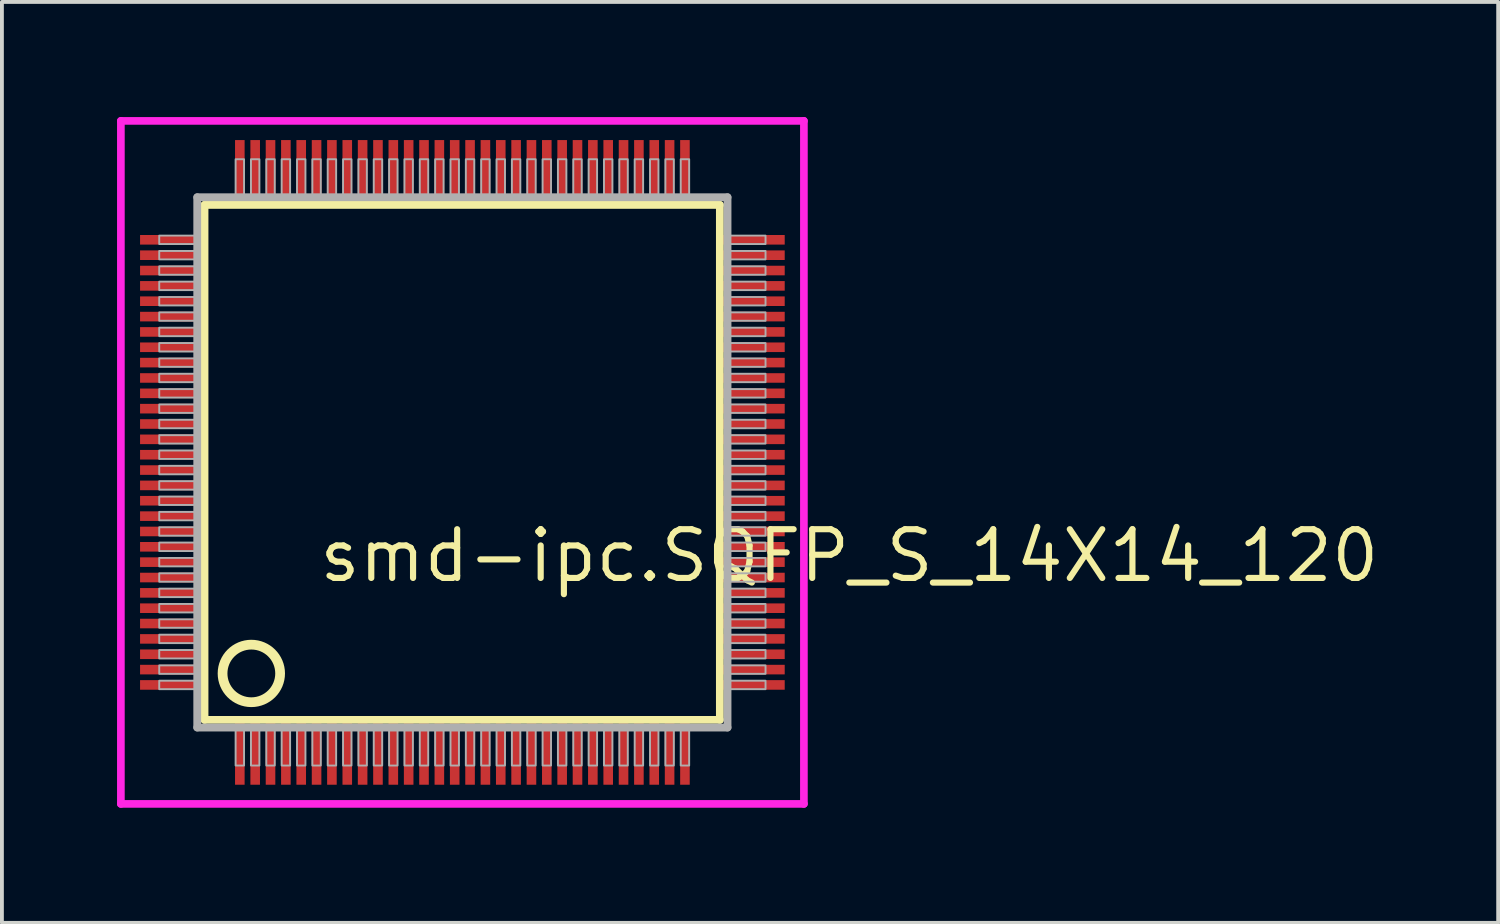
<source format=kicad_pcb>
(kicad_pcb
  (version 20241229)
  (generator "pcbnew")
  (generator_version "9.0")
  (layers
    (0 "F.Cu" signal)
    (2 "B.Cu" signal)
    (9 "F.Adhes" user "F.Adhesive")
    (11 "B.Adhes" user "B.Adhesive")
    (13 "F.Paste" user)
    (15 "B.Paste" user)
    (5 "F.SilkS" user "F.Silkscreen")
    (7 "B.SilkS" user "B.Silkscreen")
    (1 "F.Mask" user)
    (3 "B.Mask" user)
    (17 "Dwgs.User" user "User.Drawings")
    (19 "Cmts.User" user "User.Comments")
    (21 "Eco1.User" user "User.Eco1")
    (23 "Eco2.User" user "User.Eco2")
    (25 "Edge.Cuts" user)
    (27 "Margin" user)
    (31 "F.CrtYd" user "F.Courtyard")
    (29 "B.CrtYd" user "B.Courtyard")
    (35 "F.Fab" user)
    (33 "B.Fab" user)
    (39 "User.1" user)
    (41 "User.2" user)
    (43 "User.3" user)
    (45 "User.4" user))
  (footprint "smd-ipc.SQFP_S_14X14_120"
    (layer "F.Cu")
    (at 9 9)
    (property "Reference" "smd-ipc.SQFP_S_14X14_120" (at -3.81 3.175 0) (layer "F.SilkS") (effects (font (size 1.27 1.27) (thickness 0.16)) (justify left bottom)))
    (attr smd)
    (fp_line (start -6.72 -6.71) (end 6.71 -6.71) (stroke (width 0.203) (type default)) (layer "F.SilkS"))
    (fp_line (start -6.72 6.71) (end -6.72 -6.71) (stroke (width 0.203) (type default)) (layer "F.SilkS"))
    (fp_line (start 6.71 -6.71) (end 6.71 6.71) (stroke (width 0.203) (type default)) (layer "F.SilkS"))
    (fp_line (start 6.71 6.71) (end -6.72 6.71) (stroke (width 0.203) (type default)) (layer "F.SilkS"))
    (fp_circle (center -5.5 5.5) (end -4.75 5.5) (stroke (width 0.254) (type default)) (fill no) (layer "F.SilkS"))
    (fp_line (start -8.9 -8.9) (end 8.9 -8.9) (stroke (width 0.2) (type default)) (layer "F.CrtYd"))
    (fp_line (start -8.9 8.9) (end -8.9 -8.9) (stroke (width 0.2) (type default)) (layer "F.CrtYd"))
    (fp_line (start 8.9 -8.9) (end 8.9 8.9) (stroke (width 0.2) (type default)) (layer "F.CrtYd"))
    (fp_line (start 8.9 8.9) (end -8.9 8.9) (stroke (width 0.2) (type default)) (layer "F.CrtYd"))
    (fp_line (start -6.91 -6.91) (end -6.91 6.91) (stroke (width 0.203) (type default)) (layer "F.Fab"))
    (fp_line (start -6.91 6.91) (end 6.91 6.91) (stroke (width 0.203) (type default)) (layer "F.Fab"))
    (fp_line (start 6.91 -6.91) (end -6.91 -6.91) (stroke (width 0.203) (type default)) (layer "F.Fab"))
    (fp_line (start 6.91 6.91) (end 6.91 -6.91) (stroke (width 0.203) (type default)) (layer "F.Fab"))
    (fp_rect (start -7.9 -5.69) (end -6.95 -5.91) (stroke (width 0.05) (type default)) (fill no) (layer "F.Fab"))
    (fp_rect (start -7.9 -5.29) (end -6.95 -5.51) (stroke (width 0.05) (type default)) (fill no) (layer "F.Fab"))
    (fp_rect (start -7.9 -4.89) (end -6.95 -5.11) (stroke (width 0.05) (type default)) (fill no) (layer "F.Fab"))
    (fp_rect (start -7.9 -4.49) (end -6.95 -4.71) (stroke (width 0.05) (type default)) (fill no) (layer "F.Fab"))
    (fp_rect (start -7.9 -4.09) (end -6.95 -4.31) (stroke (width 0.05) (type default)) (fill no) (layer "F.Fab"))
    (fp_rect (start -7.9 -3.69) (end -6.95 -3.91) (stroke (width 0.05) (type default)) (fill no) (layer "F.Fab"))
    (fp_rect (start -7.9 -3.29) (end -6.95 -3.51) (stroke (width 0.05) (type default)) (fill no) (layer "F.Fab"))
    (fp_rect (start -7.9 -2.89) (end -6.95 -3.11) (stroke (width 0.05) (type default)) (fill no) (layer "F.Fab"))
    (fp_rect (start -7.9 -2.49) (end -6.95 -2.71) (stroke (width 0.05) (type default)) (fill no) (layer "F.Fab"))
    (fp_rect (start -7.9 -2.09) (end -6.95 -2.31) (stroke (width 0.05) (type default)) (fill no) (layer "F.Fab"))
    (fp_rect (start -7.9 -1.69) (end -6.95 -1.91) (stroke (width 0.05) (type default)) (fill no) (layer "F.Fab"))
    (fp_rect (start -7.9 -1.29) (end -6.95 -1.51) (stroke (width 0.05) (type default)) (fill no) (layer "F.Fab"))
    (fp_rect (start -7.9 -0.89) (end -6.95 -1.11) (stroke (width 0.05) (type default)) (fill no) (layer "F.Fab"))
    (fp_rect (start -7.9 -0.49) (end -6.95 -0.71) (stroke (width 0.05) (type default)) (fill no) (layer "F.Fab"))
    (fp_rect (start -7.9 -0.09) (end -6.95 -0.31) (stroke (width 0.05) (type default)) (fill no) (layer "F.Fab"))
    (fp_rect (start -7.9 0.31) (end -6.95 0.09) (stroke (width 0.05) (type default)) (fill no) (layer "F.Fab"))
    (fp_rect (start -7.9 0.71) (end -6.95 0.49) (stroke (width 0.05) (type default)) (fill no) (layer "F.Fab"))
    (fp_rect (start -7.9 1.11) (end -6.95 0.89) (stroke (width 0.05) (type default)) (fill no) (layer "F.Fab"))
    (fp_rect (start -7.9 1.51) (end -6.95 1.29) (stroke (width 0.05) (type default)) (fill no) (layer "F.Fab"))
    (fp_rect (start -7.9 1.91) (end -6.95 1.69) (stroke (width 0.05) (type default)) (fill no) (layer "F.Fab"))
    (fp_rect (start -7.9 2.31) (end -6.95 2.09) (stroke (width 0.05) (type default)) (fill no) (layer "F.Fab"))
    (fp_rect (start -7.9 2.71) (end -6.95 2.49) (stroke (width 0.05) (type default)) (fill no) (layer "F.Fab"))
    (fp_rect (start -7.9 3.11) (end -6.95 2.89) (stroke (width 0.05) (type default)) (fill no) (layer "F.Fab"))
    (fp_rect (start -7.9 3.51) (end -6.95 3.29) (stroke (width 0.05) (type default)) (fill no) (layer "F.Fab"))
    (fp_rect (start -7.9 3.91) (end -6.95 3.69) (stroke (width 0.05) (type default)) (fill no) (layer "F.Fab"))
    (fp_rect (start -7.9 4.31) (end -6.95 4.09) (stroke (width 0.05) (type default)) (fill no) (layer "F.Fab"))
    (fp_rect (start -7.9 4.71) (end -6.95 4.49) (stroke (width 0.05) (type default)) (fill no) (layer "F.Fab"))
    (fp_rect (start -7.9 5.11) (end -6.95 4.89) (stroke (width 0.05) (type default)) (fill no) (layer "F.Fab"))
    (fp_rect (start -7.9 5.51) (end -6.95 5.29) (stroke (width 0.05) (type default)) (fill no) (layer "F.Fab"))
    (fp_rect (start -7.9 5.91) (end -6.95 5.69) (stroke (width 0.05) (type default)) (fill no) (layer "F.Fab"))
    (fp_rect (start -5.91 -6.95) (end -5.69 -7.9) (stroke (width 0.05) (type default)) (fill no) (layer "F.Fab"))
    (fp_rect (start -5.91 7.9) (end -5.69 6.95) (stroke (width 0.05) (type default)) (fill no) (layer "F.Fab"))
    (fp_rect (start -5.51 -6.95) (end -5.29 -7.9) (stroke (width 0.05) (type default)) (fill no) (layer "F.Fab"))
    (fp_rect (start -5.51 7.9) (end -5.29 6.95) (stroke (width 0.05) (type default)) (fill no) (layer "F.Fab"))
    (fp_rect (start -5.11 -6.95) (end -4.89 -7.9) (stroke (width 0.05) (type default)) (fill no) (layer "F.Fab"))
    (fp_rect (start -5.11 7.9) (end -4.89 6.95) (stroke (width 0.05) (type default)) (fill no) (layer "F.Fab"))
    (fp_rect (start -4.71 -6.95) (end -4.49 -7.9) (stroke (width 0.05) (type default)) (fill no) (layer "F.Fab"))
    (fp_rect (start -4.71 7.9) (end -4.49 6.95) (stroke (width 0.05) (type default)) (fill no) (layer "F.Fab"))
    (fp_rect (start -4.31 -6.95) (end -4.09 -7.9) (stroke (width 0.05) (type default)) (fill no) (layer "F.Fab"))
    (fp_rect (start -4.31 7.9) (end -4.09 6.95) (stroke (width 0.05) (type default)) (fill no) (layer "F.Fab"))
    (fp_rect (start -3.91 -6.95) (end -3.69 -7.9) (stroke (width 0.05) (type default)) (fill no) (layer "F.Fab"))
    (fp_rect (start -3.91 7.9) (end -3.69 6.95) (stroke (width 0.05) (type default)) (fill no) (layer "F.Fab"))
    (fp_rect (start -3.51 -6.95) (end -3.29 -7.9) (stroke (width 0.05) (type default)) (fill no) (layer "F.Fab"))
    (fp_rect (start -3.51 7.9) (end -3.29 6.95) (stroke (width 0.05) (type default)) (fill no) (layer "F.Fab"))
    (fp_rect (start -3.11 -6.95) (end -2.89 -7.9) (stroke (width 0.05) (type default)) (fill no) (layer "F.Fab"))
    (fp_rect (start -3.11 7.9) (end -2.89 6.95) (stroke (width 0.05) (type default)) (fill no) (layer "F.Fab"))
    (fp_rect (start -2.71 -6.95) (end -2.49 -7.9) (stroke (width 0.05) (type default)) (fill no) (layer "F.Fab"))
    (fp_rect (start -2.71 7.9) (end -2.49 6.95) (stroke (width 0.05) (type default)) (fill no) (layer "F.Fab"))
    (fp_rect (start -2.31 -6.95) (end -2.09 -7.9) (stroke (width 0.05) (type default)) (fill no) (layer "F.Fab"))
    (fp_rect (start -2.31 7.9) (end -2.09 6.95) (stroke (width 0.05) (type default)) (fill no) (layer "F.Fab"))
    (fp_rect (start -1.91 -6.95) (end -1.69 -7.9) (stroke (width 0.05) (type default)) (fill no) (layer "F.Fab"))
    (fp_rect (start -1.91 7.9) (end -1.69 6.95) (stroke (width 0.05) (type default)) (fill no) (layer "F.Fab"))
    (fp_rect (start -1.51 -6.95) (end -1.29 -7.9) (stroke (width 0.05) (type default)) (fill no) (layer "F.Fab"))
    (fp_rect (start -1.51 7.9) (end -1.29 6.95) (stroke (width 0.05) (type default)) (fill no) (layer "F.Fab"))
    (fp_rect (start -1.11 -6.95) (end -0.89 -7.9) (stroke (width 0.05) (type default)) (fill no) (layer "F.Fab"))
    (fp_rect (start -1.11 7.9) (end -0.89 6.95) (stroke (width 0.05) (type default)) (fill no) (layer "F.Fab"))
    (fp_rect (start -0.71 -6.95) (end -0.49 -7.9) (stroke (width 0.05) (type default)) (fill no) (layer "F.Fab"))
    (fp_rect (start -0.71 7.9) (end -0.49 6.95) (stroke (width 0.05) (type default)) (fill no) (layer "F.Fab"))
    (fp_rect (start -0.31 -6.95) (end -0.09 -7.9) (stroke (width 0.05) (type default)) (fill no) (layer "F.Fab"))
    (fp_rect (start -0.31 7.9) (end -0.09 6.95) (stroke (width 0.05) (type default)) (fill no) (layer "F.Fab"))
    (fp_rect (start 0.09 -6.95) (end 0.31 -7.9) (stroke (width 0.05) (type default)) (fill no) (layer "F.Fab"))
    (fp_rect (start 0.09 7.9) (end 0.31 6.95) (stroke (width 0.05) (type default)) (fill no) (layer "F.Fab"))
    (fp_rect (start 0.49 -6.95) (end 0.71 -7.9) (stroke (width 0.05) (type default)) (fill no) (layer "F.Fab"))
    (fp_rect (start 0.49 7.9) (end 0.71 6.95) (stroke (width 0.05) (type default)) (fill no) (layer "F.Fab"))
    (fp_rect (start 0.89 -6.95) (end 1.11 -7.9) (stroke (width 0.05) (type default)) (fill no) (layer "F.Fab"))
    (fp_rect (start 0.89 7.9) (end 1.11 6.95) (stroke (width 0.05) (type default)) (fill no) (layer "F.Fab"))
    (fp_rect (start 1.29 -6.95) (end 1.51 -7.9) (stroke (width 0.05) (type default)) (fill no) (layer "F.Fab"))
    (fp_rect (start 1.29 7.9) (end 1.51 6.95) (stroke (width 0.05) (type default)) (fill no) (layer "F.Fab"))
    (fp_rect (start 1.69 -6.95) (end 1.91 -7.9) (stroke (width 0.05) (type default)) (fill no) (layer "F.Fab"))
    (fp_rect (start 1.69 7.9) (end 1.91 6.95) (stroke (width 0.05) (type default)) (fill no) (layer "F.Fab"))
    (fp_rect (start 2.09 -6.95) (end 2.31 -7.9) (stroke (width 0.05) (type default)) (fill no) (layer "F.Fab"))
    (fp_rect (start 2.09 7.9) (end 2.31 6.95) (stroke (width 0.05) (type default)) (fill no) (layer "F.Fab"))
    (fp_rect (start 2.49 -6.95) (end 2.71 -7.9) (stroke (width 0.05) (type default)) (fill no) (layer "F.Fab"))
    (fp_rect (start 2.49 7.9) (end 2.71 6.95) (stroke (width 0.05) (type default)) (fill no) (layer "F.Fab"))
    (fp_rect (start 2.89 -6.95) (end 3.11 -7.9) (stroke (width 0.05) (type default)) (fill no) (layer "F.Fab"))
    (fp_rect (start 2.89 7.9) (end 3.11 6.95) (stroke (width 0.05) (type default)) (fill no) (layer "F.Fab"))
    (fp_rect (start 3.29 -6.95) (end 3.51 -7.9) (stroke (width 0.05) (type default)) (fill no) (layer "F.Fab"))
    (fp_rect (start 3.29 7.9) (end 3.51 6.95) (stroke (width 0.05) (type default)) (fill no) (layer "F.Fab"))
    (fp_rect (start 3.69 -6.95) (end 3.91 -7.9) (stroke (width 0.05) (type default)) (fill no) (layer "F.Fab"))
    (fp_rect (start 3.69 7.9) (end 3.91 6.95) (stroke (width 0.05) (type default)) (fill no) (layer "F.Fab"))
    (fp_rect (start 4.09 -6.95) (end 4.31 -7.9) (stroke (width 0.05) (type default)) (fill no) (layer "F.Fab"))
    (fp_rect (start 4.09 7.9) (end 4.31 6.95) (stroke (width 0.05) (type default)) (fill no) (layer "F.Fab"))
    (fp_rect (start 4.49 -6.95) (end 4.71 -7.9) (stroke (width 0.05) (type default)) (fill no) (layer "F.Fab"))
    (fp_rect (start 4.49 7.9) (end 4.71 6.95) (stroke (width 0.05) (type default)) (fill no) (layer "F.Fab"))
    (fp_rect (start 4.89 -6.95) (end 5.11 -7.9) (stroke (width 0.05) (type default)) (fill no) (layer "F.Fab"))
    (fp_rect (start 4.89 7.9) (end 5.11 6.95) (stroke (width 0.05) (type default)) (fill no) (layer "F.Fab"))
    (fp_rect (start 5.29 -6.95) (end 5.51 -7.9) (stroke (width 0.05) (type default)) (fill no) (layer "F.Fab"))
    (fp_rect (start 5.29 7.9) (end 5.51 6.95) (stroke (width 0.05) (type default)) (fill no) (layer "F.Fab"))
    (fp_rect (start 5.69 -6.95) (end 5.91 -7.9) (stroke (width 0.05) (type default)) (fill no) (layer "F.Fab"))
    (fp_rect (start 5.69 7.9) (end 5.91 6.95) (stroke (width 0.05) (type default)) (fill no) (layer "F.Fab"))
    (fp_rect (start 6.95 -5.69) (end 7.9 -5.91) (stroke (width 0.05) (type default)) (fill no) (layer "F.Fab"))
    (fp_rect (start 6.95 -5.29) (end 7.9 -5.51) (stroke (width 0.05) (type default)) (fill no) (layer "F.Fab"))
    (fp_rect (start 6.95 -4.89) (end 7.9 -5.11) (stroke (width 0.05) (type default)) (fill no) (layer "F.Fab"))
    (fp_rect (start 6.95 -4.49) (end 7.9 -4.71) (stroke (width 0.05) (type default)) (fill no) (layer "F.Fab"))
    (fp_rect (start 6.95 -4.09) (end 7.9 -4.31) (stroke (width 0.05) (type default)) (fill no) (layer "F.Fab"))
    (fp_rect (start 6.95 -3.69) (end 7.9 -3.91) (stroke (width 0.05) (type default)) (fill no) (layer "F.Fab"))
    (fp_rect (start 6.95 -3.29) (end 7.9 -3.51) (stroke (width 0.05) (type default)) (fill no) (layer "F.Fab"))
    (fp_rect (start 6.95 -2.89) (end 7.9 -3.11) (stroke (width 0.05) (type default)) (fill no) (layer "F.Fab"))
    (fp_rect (start 6.95 -2.49) (end 7.9 -2.71) (stroke (width 0.05) (type default)) (fill no) (layer "F.Fab"))
    (fp_rect (start 6.95 -2.09) (end 7.9 -2.31) (stroke (width 0.05) (type default)) (fill no) (layer "F.Fab"))
    (fp_rect (start 6.95 -1.69) (end 7.9 -1.91) (stroke (width 0.05) (type default)) (fill no) (layer "F.Fab"))
    (fp_rect (start 6.95 -1.29) (end 7.9 -1.51) (stroke (width 0.05) (type default)) (fill no) (layer "F.Fab"))
    (fp_rect (start 6.95 -0.89) (end 7.9 -1.11) (stroke (width 0.05) (type default)) (fill no) (layer "F.Fab"))
    (fp_rect (start 6.95 -0.49) (end 7.9 -0.71) (stroke (width 0.05) (type default)) (fill no) (layer "F.Fab"))
    (fp_rect (start 6.95 -0.09) (end 7.9 -0.31) (stroke (width 0.05) (type default)) (fill no) (layer "F.Fab"))
    (fp_rect (start 6.95 0.31) (end 7.9 0.09) (stroke (width 0.05) (type default)) (fill no) (layer "F.Fab"))
    (fp_rect (start 6.95 0.71) (end 7.9 0.49) (stroke (width 0.05) (type default)) (fill no) (layer "F.Fab"))
    (fp_rect (start 6.95 1.11) (end 7.9 0.89) (stroke (width 0.05) (type default)) (fill no) (layer "F.Fab"))
    (fp_rect (start 6.95 1.51) (end 7.9 1.29) (stroke (width 0.05) (type default)) (fill no) (layer "F.Fab"))
    (fp_rect (start 6.95 1.91) (end 7.9 1.69) (stroke (width 0.05) (type default)) (fill no) (layer "F.Fab"))
    (fp_rect (start 6.95 2.31) (end 7.9 2.09) (stroke (width 0.05) (type default)) (fill no) (layer "F.Fab"))
    (fp_rect (start 6.95 2.71) (end 7.9 2.49) (stroke (width 0.05) (type default)) (fill no) (layer "F.Fab"))
    (fp_rect (start 6.95 3.11) (end 7.9 2.89) (stroke (width 0.05) (type default)) (fill no) (layer "F.Fab"))
    (fp_rect (start 6.95 3.51) (end 7.9 3.29) (stroke (width 0.05) (type default)) (fill no) (layer "F.Fab"))
    (fp_rect (start 6.95 3.91) (end 7.9 3.69) (stroke (width 0.05) (type default)) (fill no) (layer "F.Fab"))
    (fp_rect (start 6.95 4.31) (end 7.9 4.09) (stroke (width 0.05) (type default)) (fill no) (layer "F.Fab"))
    (fp_rect (start 6.95 4.71) (end 7.9 4.49) (stroke (width 0.05) (type default)) (fill no) (layer "F.Fab"))
    (fp_rect (start 6.95 5.11) (end 7.9 4.89) (stroke (width 0.05) (type default)) (fill no) (layer "F.Fab"))
    (fp_rect (start 6.95 5.51) (end 7.9 5.29) (stroke (width 0.05) (type default)) (fill no) (layer "F.Fab"))
    (fp_rect (start 6.95 5.91) (end 7.9 5.69) (stroke (width 0.05) (type default)) (fill no) (layer "F.Fab"))
    (pad "1" smd roundrect (at -5.8 7.6) (size 0.25 1.6) (layers "F.Cu" "F.Mask" "F.Paste") (roundrect_rratio 0.01))
    (pad "2" smd roundrect (at -5.4 7.6) (size 0.25 1.6) (layers "F.Cu" "F.Mask" "F.Paste") (roundrect_rratio 0.01))
    (pad "3" smd roundrect (at -5 7.6) (size 0.25 1.6) (layers "F.Cu" "F.Mask" "F.Paste") (roundrect_rratio 0.01))
    (pad "4" smd roundrect (at -4.6 7.6) (size 0.25 1.6) (layers "F.Cu" "F.Mask" "F.Paste") (roundrect_rratio 0.01))
    (pad "5" smd roundrect (at -4.2 7.6) (size 0.25 1.6) (layers "F.Cu" "F.Mask" "F.Paste") (roundrect_rratio 0.01))
    (pad "6" smd roundrect (at -3.8 7.6) (size 0.25 1.6) (layers "F.Cu" "F.Mask" "F.Paste") (roundrect_rratio 0.01))
    (pad "7" smd roundrect (at -3.4 7.6) (size 0.25 1.6) (layers "F.Cu" "F.Mask" "F.Paste") (roundrect_rratio 0.01))
    (pad "8" smd roundrect (at -3 7.6) (size 0.25 1.6) (layers "F.Cu" "F.Mask" "F.Paste") (roundrect_rratio 0.01))
    (pad "9" smd roundrect (at -2.6 7.6) (size 0.25 1.6) (layers "F.Cu" "F.Mask" "F.Paste") (roundrect_rratio 0.01))
    (pad "10" smd roundrect (at -2.2 7.6) (size 0.25 1.6) (layers "F.Cu" "F.Mask" "F.Paste") (roundrect_rratio 0.01))
    (pad "11" smd roundrect (at -1.8 7.6) (size 0.25 1.6) (layers "F.Cu" "F.Mask" "F.Paste") (roundrect_rratio 0.01))
    (pad "12" smd roundrect (at -1.4 7.6) (size 0.25 1.6) (layers "F.Cu" "F.Mask" "F.Paste") (roundrect_rratio 0.01))
    (pad "13" smd roundrect (at -1 7.6) (size 0.25 1.6) (layers "F.Cu" "F.Mask" "F.Paste") (roundrect_rratio 0.01))
    (pad "14" smd roundrect (at -0.6 7.6) (size 0.25 1.6) (layers "F.Cu" "F.Mask" "F.Paste") (roundrect_rratio 0.01))
    (pad "15" smd roundrect (at -0.2 7.6) (size 0.25 1.6) (layers "F.Cu" "F.Mask" "F.Paste") (roundrect_rratio 0.01))
    (pad "16" smd roundrect (at 0.2 7.6) (size 0.25 1.6) (layers "F.Cu" "F.Mask" "F.Paste") (roundrect_rratio 0.01))
    (pad "17" smd roundrect (at 0.6 7.6) (size 0.25 1.6) (layers "F.Cu" "F.Mask" "F.Paste") (roundrect_rratio 0.01))
    (pad "18" smd roundrect (at 1 7.6) (size 0.25 1.6) (layers "F.Cu" "F.Mask" "F.Paste") (roundrect_rratio 0.01))
    (pad "19" smd roundrect (at 1.4 7.6) (size 0.25 1.6) (layers "F.Cu" "F.Mask" "F.Paste") (roundrect_rratio 0.01))
    (pad "20" smd roundrect (at 1.8 7.6) (size 0.25 1.6) (layers "F.Cu" "F.Mask" "F.Paste") (roundrect_rratio 0.01))
    (pad "21" smd roundrect (at 2.2 7.6) (size 0.25 1.6) (layers "F.Cu" "F.Mask" "F.Paste") (roundrect_rratio 0.01))
    (pad "22" smd roundrect (at 2.6 7.6) (size 0.25 1.6) (layers "F.Cu" "F.Mask" "F.Paste") (roundrect_rratio 0.01))
    (pad "23" smd roundrect (at 3 7.6) (size 0.25 1.6) (layers "F.Cu" "F.Mask" "F.Paste") (roundrect_rratio 0.01))
    (pad "24" smd roundrect (at 3.4 7.6) (size 0.25 1.6) (layers "F.Cu" "F.Mask" "F.Paste") (roundrect_rratio 0.01))
    (pad "25" smd roundrect (at 3.8 7.6) (size 0.25 1.6) (layers "F.Cu" "F.Mask" "F.Paste") (roundrect_rratio 0.01))
    (pad "26" smd roundrect (at 4.2 7.6) (size 0.25 1.6) (layers "F.Cu" "F.Mask" "F.Paste") (roundrect_rratio 0.01))
    (pad "27" smd roundrect (at 4.6 7.6) (size 0.25 1.6) (layers "F.Cu" "F.Mask" "F.Paste") (roundrect_rratio 0.01))
    (pad "28" smd roundrect (at 5 7.6) (size 0.25 1.6) (layers "F.Cu" "F.Mask" "F.Paste") (roundrect_rratio 0.01))
    (pad "29" smd roundrect (at 5.4 7.6) (size 0.25 1.6) (layers "F.Cu" "F.Mask" "F.Paste") (roundrect_rratio 0.01))
    (pad "30" smd roundrect (at 5.8 7.6) (size 0.25 1.6) (layers "F.Cu" "F.Mask" "F.Paste") (roundrect_rratio 0.01))
    (pad "31" smd roundrect (at 7.6 5.8) (size 1.6 0.25) (layers "F.Cu" "F.Mask" "F.Paste") (roundrect_rratio 0.01))
    (pad "32" smd roundrect (at 7.6 5.4) (size 1.6 0.25) (layers "F.Cu" "F.Mask" "F.Paste") (roundrect_rratio 0.01))
    (pad "33" smd roundrect (at 7.6 5) (size 1.6 0.25) (layers "F.Cu" "F.Mask" "F.Paste") (roundrect_rratio 0.01))
    (pad "34" smd roundrect (at 7.6 4.6) (size 1.6 0.25) (layers "F.Cu" "F.Mask" "F.Paste") (roundrect_rratio 0.01))
    (pad "35" smd roundrect (at 7.6 4.2) (size 1.6 0.25) (layers "F.Cu" "F.Mask" "F.Paste") (roundrect_rratio 0.01))
    (pad "36" smd roundrect (at 7.6 3.8) (size 1.6 0.25) (layers "F.Cu" "F.Mask" "F.Paste") (roundrect_rratio 0.01))
    (pad "37" smd roundrect (at 7.6 3.4) (size 1.6 0.25) (layers "F.Cu" "F.Mask" "F.Paste") (roundrect_rratio 0.01))
    (pad "38" smd roundrect (at 7.6 3) (size 1.6 0.25) (layers "F.Cu" "F.Mask" "F.Paste") (roundrect_rratio 0.01))
    (pad "39" smd roundrect (at 7.6 2.6) (size 1.6 0.25) (layers "F.Cu" "F.Mask" "F.Paste") (roundrect_rratio 0.01))
    (pad "40" smd roundrect (at 7.6 2.2) (size 1.6 0.25) (layers "F.Cu" "F.Mask" "F.Paste") (roundrect_rratio 0.01))
    (pad "41" smd roundrect (at 7.6 1.8) (size 1.6 0.25) (layers "F.Cu" "F.Mask" "F.Paste") (roundrect_rratio 0.01))
    (pad "42" smd roundrect (at 7.6 1.4) (size 1.6 0.25) (layers "F.Cu" "F.Mask" "F.Paste") (roundrect_rratio 0.01))
    (pad "43" smd roundrect (at 7.6 1) (size 1.6 0.25) (layers "F.Cu" "F.Mask" "F.Paste") (roundrect_rratio 0.01))
    (pad "44" smd roundrect (at 7.6 0.6) (size 1.6 0.25) (layers "F.Cu" "F.Mask" "F.Paste") (roundrect_rratio 0.01))
    (pad "45" smd roundrect (at 7.6 0.2) (size 1.6 0.25) (layers "F.Cu" "F.Mask" "F.Paste") (roundrect_rratio 0.01))
    (pad "46" smd roundrect (at 7.6 -0.2) (size 1.6 0.25) (layers "F.Cu" "F.Mask" "F.Paste") (roundrect_rratio 0.01))
    (pad "47" smd roundrect (at 7.6 -0.6) (size 1.6 0.25) (layers "F.Cu" "F.Mask" "F.Paste") (roundrect_rratio 0.01))
    (pad "48" smd roundrect (at 7.6 -1) (size 1.6 0.25) (layers "F.Cu" "F.Mask" "F.Paste") (roundrect_rratio 0.01))
    (pad "49" smd roundrect (at 7.6 -1.4) (size 1.6 0.25) (layers "F.Cu" "F.Mask" "F.Paste") (roundrect_rratio 0.01))
    (pad "50" smd roundrect (at 7.6 -1.8) (size 1.6 0.25) (layers "F.Cu" "F.Mask" "F.Paste") (roundrect_rratio 0.01))
    (pad "51" smd roundrect (at 7.6 -2.2) (size 1.6 0.25) (layers "F.Cu" "F.Mask" "F.Paste") (roundrect_rratio 0.01))
    (pad "52" smd roundrect (at 7.6 -2.6) (size 1.6 0.25) (layers "F.Cu" "F.Mask" "F.Paste") (roundrect_rratio 0.01))
    (pad "53" smd roundrect (at 7.6 -3) (size 1.6 0.25) (layers "F.Cu" "F.Mask" "F.Paste") (roundrect_rratio 0.01))
    (pad "54" smd roundrect (at 7.6 -3.4) (size 1.6 0.25) (layers "F.Cu" "F.Mask" "F.Paste") (roundrect_rratio 0.01))
    (pad "55" smd roundrect (at 7.6 -3.8) (size 1.6 0.25) (layers "F.Cu" "F.Mask" "F.Paste") (roundrect_rratio 0.01))
    (pad "56" smd roundrect (at 7.6 -4.2) (size 1.6 0.25) (layers "F.Cu" "F.Mask" "F.Paste") (roundrect_rratio 0.01))
    (pad "57" smd roundrect (at 7.6 -4.6) (size 1.6 0.25) (layers "F.Cu" "F.Mask" "F.Paste") (roundrect_rratio 0.01))
    (pad "58" smd roundrect (at 7.6 -5) (size 1.6 0.25) (layers "F.Cu" "F.Mask" "F.Paste") (roundrect_rratio 0.01))
    (pad "59" smd roundrect (at 7.6 -5.4) (size 1.6 0.25) (layers "F.Cu" "F.Mask" "F.Paste") (roundrect_rratio 0.01))
    (pad "60" smd roundrect (at 7.6 -5.8) (size 1.6 0.25) (layers "F.Cu" "F.Mask" "F.Paste") (roundrect_rratio 0.01))
    (pad "61" smd roundrect (at 5.8 -7.6) (size 0.25 1.6) (layers "F.Cu" "F.Mask" "F.Paste") (roundrect_rratio 0.01))
    (pad "62" smd roundrect (at 5.4 -7.6) (size 0.25 1.6) (layers "F.Cu" "F.Mask" "F.Paste") (roundrect_rratio 0.01))
    (pad "63" smd roundrect (at 5 -7.6) (size 0.25 1.6) (layers "F.Cu" "F.Mask" "F.Paste") (roundrect_rratio 0.01))
    (pad "64" smd roundrect (at 4.6 -7.6) (size 0.25 1.6) (layers "F.Cu" "F.Mask" "F.Paste") (roundrect_rratio 0.01))
    (pad "65" smd roundrect (at 4.2 -7.6) (size 0.25 1.6) (layers "F.Cu" "F.Mask" "F.Paste") (roundrect_rratio 0.01))
    (pad "66" smd roundrect (at 3.8 -7.6) (size 0.25 1.6) (layers "F.Cu" "F.Mask" "F.Paste") (roundrect_rratio 0.01))
    (pad "67" smd roundrect (at 3.4 -7.6) (size 0.25 1.6) (layers "F.Cu" "F.Mask" "F.Paste") (roundrect_rratio 0.01))
    (pad "68" smd roundrect (at 3 -7.6) (size 0.25 1.6) (layers "F.Cu" "F.Mask" "F.Paste") (roundrect_rratio 0.01))
    (pad "69" smd roundrect (at 2.6 -7.6) (size 0.25 1.6) (layers "F.Cu" "F.Mask" "F.Paste") (roundrect_rratio 0.01))
    (pad "70" smd roundrect (at 2.2 -7.6) (size 0.25 1.6) (layers "F.Cu" "F.Mask" "F.Paste") (roundrect_rratio 0.01))
    (pad "71" smd roundrect (at 1.8 -7.6) (size 0.25 1.6) (layers "F.Cu" "F.Mask" "F.Paste") (roundrect_rratio 0.01))
    (pad "72" smd roundrect (at 1.4 -7.6) (size 0.25 1.6) (layers "F.Cu" "F.Mask" "F.Paste") (roundrect_rratio 0.01))
    (pad "73" smd roundrect (at 1 -7.6) (size 0.25 1.6) (layers "F.Cu" "F.Mask" "F.Paste") (roundrect_rratio 0.01))
    (pad "74" smd roundrect (at 0.6 -7.6) (size 0.25 1.6) (layers "F.Cu" "F.Mask" "F.Paste") (roundrect_rratio 0.01))
    (pad "75" smd roundrect (at 0.2 -7.6) (size 0.25 1.6) (layers "F.Cu" "F.Mask" "F.Paste") (roundrect_rratio 0.01))
    (pad "76" smd roundrect (at -0.2 -7.6) (size 0.25 1.6) (layers "F.Cu" "F.Mask" "F.Paste") (roundrect_rratio 0.01))
    (pad "77" smd roundrect (at -0.6 -7.6) (size 0.25 1.6) (layers "F.Cu" "F.Mask" "F.Paste") (roundrect_rratio 0.01))
    (pad "78" smd roundrect (at -1 -7.6) (size 0.25 1.6) (layers "F.Cu" "F.Mask" "F.Paste") (roundrect_rratio 0.01))
    (pad "79" smd roundrect (at -1.4 -7.6) (size 0.25 1.6) (layers "F.Cu" "F.Mask" "F.Paste") (roundrect_rratio 0.01))
    (pad "80" smd roundrect (at -1.8 -7.6) (size 0.25 1.6) (layers "F.Cu" "F.Mask" "F.Paste") (roundrect_rratio 0.01))
    (pad "81" smd roundrect (at -2.2 -7.6) (size 0.25 1.6) (layers "F.Cu" "F.Mask" "F.Paste") (roundrect_rratio 0.01))
    (pad "82" smd roundrect (at -2.6 -7.6) (size 0.25 1.6) (layers "F.Cu" "F.Mask" "F.Paste") (roundrect_rratio 0.01))
    (pad "83" smd roundrect (at -3 -7.6) (size 0.25 1.6) (layers "F.Cu" "F.Mask" "F.Paste") (roundrect_rratio 0.01))
    (pad "84" smd roundrect (at -3.4 -7.6) (size 0.25 1.6) (layers "F.Cu" "F.Mask" "F.Paste") (roundrect_rratio 0.01))
    (pad "85" smd roundrect (at -3.8 -7.6) (size 0.25 1.6) (layers "F.Cu" "F.Mask" "F.Paste") (roundrect_rratio 0.01))
    (pad "86" smd roundrect (at -4.2 -7.6) (size 0.25 1.6) (layers "F.Cu" "F.Mask" "F.Paste") (roundrect_rratio 0.01))
    (pad "87" smd roundrect (at -4.6 -7.6) (size 0.25 1.6) (layers "F.Cu" "F.Mask" "F.Paste") (roundrect_rratio 0.01))
    (pad "88" smd roundrect (at -5 -7.6) (size 0.25 1.6) (layers "F.Cu" "F.Mask" "F.Paste") (roundrect_rratio 0.01))
    (pad "89" smd roundrect (at -5.4 -7.6) (size 0.25 1.6) (layers "F.Cu" "F.Mask" "F.Paste") (roundrect_rratio 0.01))
    (pad "90" smd roundrect (at -5.8 -7.6) (size 0.25 1.6) (layers "F.Cu" "F.Mask" "F.Paste") (roundrect_rratio 0.01))
    (pad "91" smd roundrect (at -7.6 -5.8) (size 1.6 0.25) (layers "F.Cu" "F.Mask" "F.Paste") (roundrect_rratio 0.01))
    (pad "92" smd roundrect (at -7.6 -5.4) (size 1.6 0.25) (layers "F.Cu" "F.Mask" "F.Paste") (roundrect_rratio 0.01))
    (pad "93" smd roundrect (at -7.6 -5) (size 1.6 0.25) (layers "F.Cu" "F.Mask" "F.Paste") (roundrect_rratio 0.01))
    (pad "94" smd roundrect (at -7.6 -4.6) (size 1.6 0.25) (layers "F.Cu" "F.Mask" "F.Paste") (roundrect_rratio 0.01))
    (pad "95" smd roundrect (at -7.6 -4.2) (size 1.6 0.25) (layers "F.Cu" "F.Mask" "F.Paste") (roundrect_rratio 0.01))
    (pad "96" smd roundrect (at -7.6 -3.8) (size 1.6 0.25) (layers "F.Cu" "F.Mask" "F.Paste") (roundrect_rratio 0.01))
    (pad "97" smd roundrect (at -7.6 -3.4) (size 1.6 0.25) (layers "F.Cu" "F.Mask" "F.Paste") (roundrect_rratio 0.01))
    (pad "98" smd roundrect (at -7.6 -3) (size 1.6 0.25) (layers "F.Cu" "F.Mask" "F.Paste") (roundrect_rratio 0.01))
    (pad "99" smd roundrect (at -7.6 -2.6) (size 1.6 0.25) (layers "F.Cu" "F.Mask" "F.Paste") (roundrect_rratio 0.01))
    (pad "100" smd roundrect (at -7.6 -2.2) (size 1.6 0.25) (layers "F.Cu" "F.Mask" "F.Paste") (roundrect_rratio 0.01))
    (pad "101" smd roundrect (at -7.6 -1.8) (size 1.6 0.25) (layers "F.Cu" "F.Mask" "F.Paste") (roundrect_rratio 0.01))
    (pad "102" smd roundrect (at -7.6 -1.4) (size 1.6 0.25) (layers "F.Cu" "F.Mask" "F.Paste") (roundrect_rratio 0.01))
    (pad "103" smd roundrect (at -7.6 -1) (size 1.6 0.25) (layers "F.Cu" "F.Mask" "F.Paste") (roundrect_rratio 0.01))
    (pad "104" smd roundrect (at -7.6 -0.6) (size 1.6 0.25) (layers "F.Cu" "F.Mask" "F.Paste") (roundrect_rratio 0.01))
    (pad "105" smd roundrect (at -7.6 -0.2) (size 1.6 0.25) (layers "F.Cu" "F.Mask" "F.Paste") (roundrect_rratio 0.01))
    (pad "106" smd roundrect (at -7.6 0.2) (size 1.6 0.25) (layers "F.Cu" "F.Mask" "F.Paste") (roundrect_rratio 0.01))
    (pad "107" smd roundrect (at -7.6 0.6) (size 1.6 0.25) (layers "F.Cu" "F.Mask" "F.Paste") (roundrect_rratio 0.01))
    (pad "108" smd roundrect (at -7.6 1) (size 1.6 0.25) (layers "F.Cu" "F.Mask" "F.Paste") (roundrect_rratio 0.01))
    (pad "109" smd roundrect (at -7.6 1.4) (size 1.6 0.25) (layers "F.Cu" "F.Mask" "F.Paste") (roundrect_rratio 0.01))
    (pad "110" smd roundrect (at -7.6 1.8) (size 1.6 0.25) (layers "F.Cu" "F.Mask" "F.Paste") (roundrect_rratio 0.01))
    (pad "111" smd roundrect (at -7.6 2.2) (size 1.6 0.25) (layers "F.Cu" "F.Mask" "F.Paste") (roundrect_rratio 0.01))
    (pad "112" smd roundrect (at -7.6 2.6) (size 1.6 0.25) (layers "F.Cu" "F.Mask" "F.Paste") (roundrect_rratio 0.01))
    (pad "113" smd roundrect (at -7.6 3) (size 1.6 0.25) (layers "F.Cu" "F.Mask" "F.Paste") (roundrect_rratio 0.01))
    (pad "114" smd roundrect (at -7.6 3.4) (size 1.6 0.25) (layers "F.Cu" "F.Mask" "F.Paste") (roundrect_rratio 0.01))
    (pad "115" smd roundrect (at -7.6 3.8) (size 1.6 0.25) (layers "F.Cu" "F.Mask" "F.Paste") (roundrect_rratio 0.01))
    (pad "116" smd roundrect (at -7.6 4.2) (size 1.6 0.25) (layers "F.Cu" "F.Mask" "F.Paste") (roundrect_rratio 0.01))
    (pad "117" smd roundrect (at -7.6 4.6) (size 1.6 0.25) (layers "F.Cu" "F.Mask" "F.Paste") (roundrect_rratio 0.01))
    (pad "118" smd roundrect (at -7.6 5) (size 1.6 0.25) (layers "F.Cu" "F.Mask" "F.Paste") (roundrect_rratio 0.01))
    (pad "119" smd roundrect (at -7.6 5.4) (size 1.6 0.25) (layers "F.Cu" "F.Mask" "F.Paste") (roundrect_rratio 0.01))
    (pad "120" smd roundrect (at -7.6 5.8) (size 1.6 0.25) (layers "F.Cu" "F.Mask" "F.Paste") (roundrect_rratio 0.01)))
  (gr_rect
    (start -3 -3)
    (end 35.993 21)
    (stroke (width 0.1) (type default))
    (fill no)
    (layer "Edge.Cuts")))
</source>
